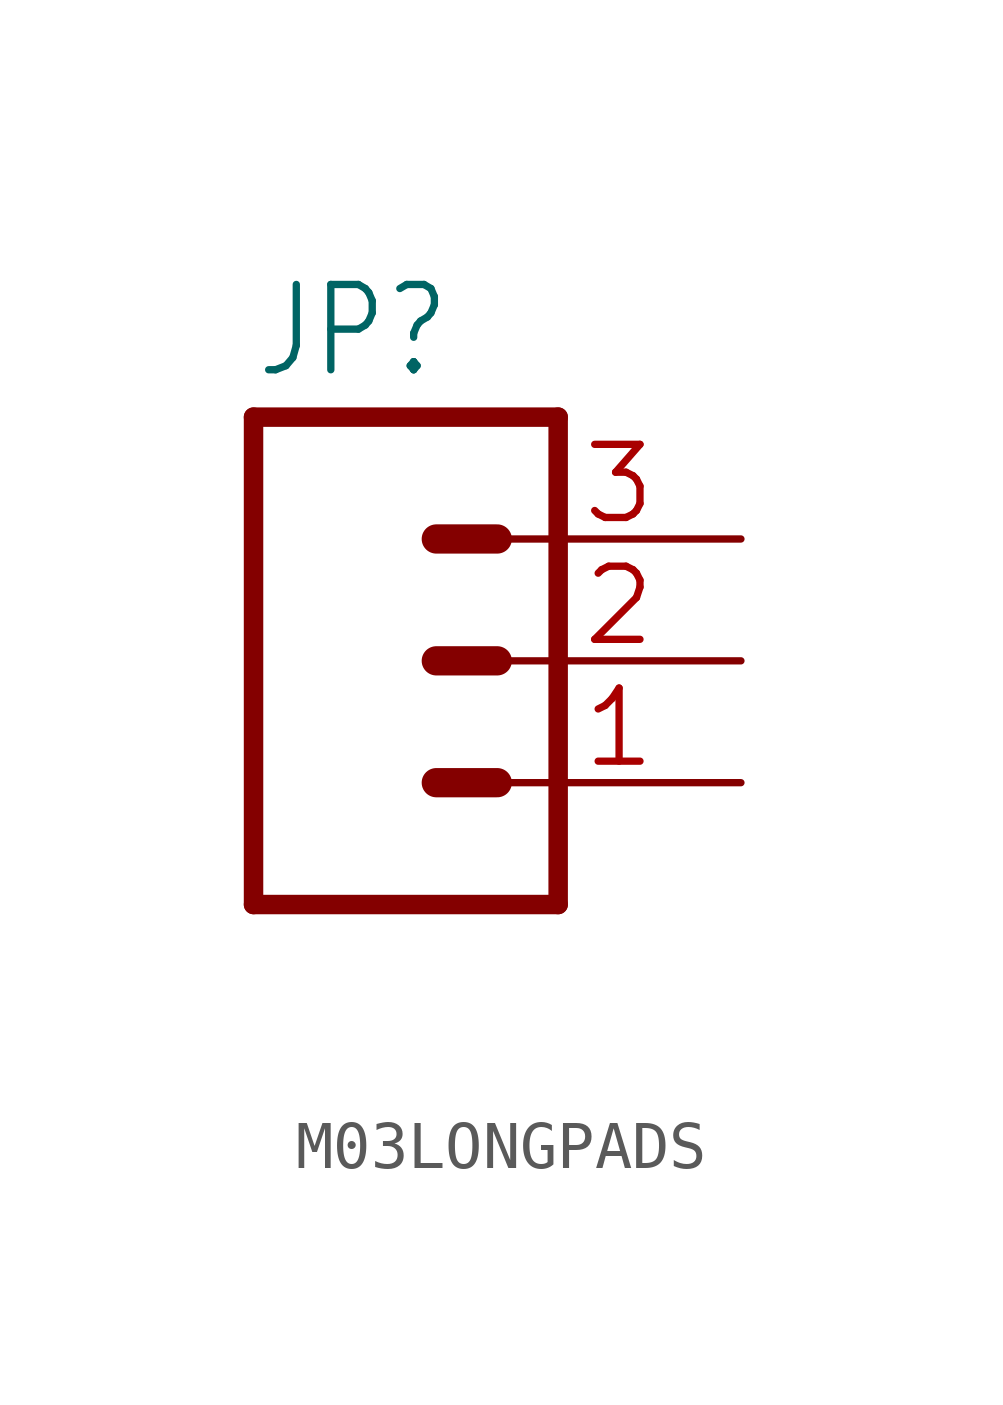
<source format=kicad_sym>
(kicad_symbol_lib
  (version 20241209)
  (generator "kicad_symbol_editor")
  (generator_version "9.0")
  (symbol "M03LONGPADS"
    (property "Reference" "JP"
      (at -2.54 5.842 0)
      (effects (font (size 1.778 1.511)) (justify left bottom)))
    (property "Value" ""
      (at -2.54 -7.62 0)
      (effects (font (size 1.778 1.511)) (justify left bottom)))
    (property "ki_locked" ""
      (at 0 0 0)
      (effects (font (size 1.27 1.27))))
    (symbol "M03LONGPADS_1_0"
      (polyline (pts (xy -2.54 5.08) (xy -2.54 -5.08)) (stroke (width 0.406) (type solid)) (fill (type none)))
      (polyline (pts (xy -2.54 5.08) (xy 3.81 5.08)) (stroke (width 0.406) (type solid)) (fill (type none)))
      (polyline (pts (xy 1.27 2.54) (xy 2.54 2.54)) (stroke (width 0.61) (type solid)) (fill (type none)))
      (polyline (pts (xy 1.27 0) (xy 2.54 0)) (stroke (width 0.61) (type solid)) (fill (type none)))
      (polyline (pts (xy 1.27 -2.54) (xy 2.54 -2.54)) (stroke (width 0.61) (type solid)) (fill (type none)))
      (polyline (pts (xy 3.81 -5.08) (xy -2.54 -5.08)) (stroke (width 0.406) (type solid)) (fill (type none)))
      (polyline (pts (xy 3.81 -5.08) (xy 3.81 5.08)) (stroke (width 0.406) (type solid)) (fill (type none)))
      (pin passive line (at 7.62 2.54 180) (length 5.08) (name "3" (effects (font (size 0 0)))) (number "3" (effects (font (size 1.524 1.524)))))
      (pin passive line (at 7.62 0 180) (length 5.08) (name "2" (effects (font (size 0 0)))) (number "2" (effects (font (size 1.524 1.524)))))
      (pin passive line (at 7.62 -2.54 180) (length 5.08) (name "1" (effects (font (size 0 0)))) (number "1" (effects (font (size 1.524 1.524))))))))
</source>
